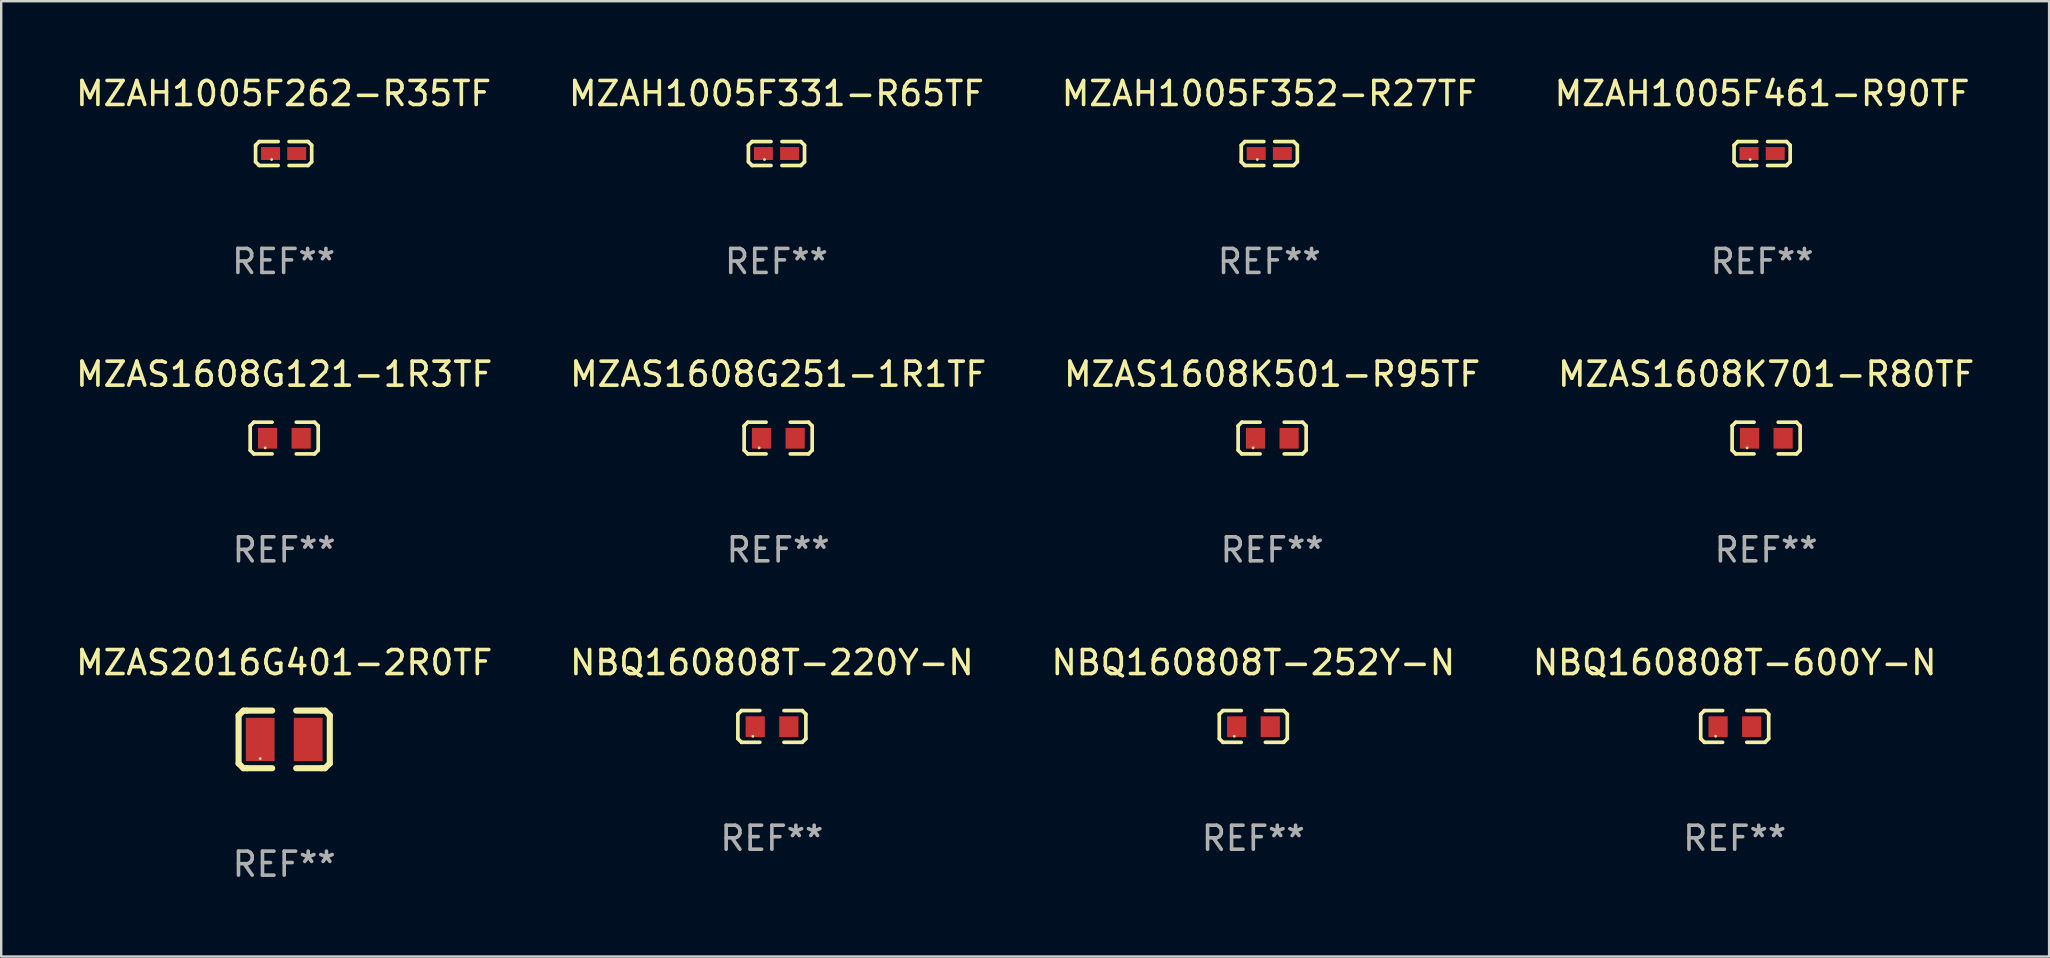
<source format=kicad_pcb>
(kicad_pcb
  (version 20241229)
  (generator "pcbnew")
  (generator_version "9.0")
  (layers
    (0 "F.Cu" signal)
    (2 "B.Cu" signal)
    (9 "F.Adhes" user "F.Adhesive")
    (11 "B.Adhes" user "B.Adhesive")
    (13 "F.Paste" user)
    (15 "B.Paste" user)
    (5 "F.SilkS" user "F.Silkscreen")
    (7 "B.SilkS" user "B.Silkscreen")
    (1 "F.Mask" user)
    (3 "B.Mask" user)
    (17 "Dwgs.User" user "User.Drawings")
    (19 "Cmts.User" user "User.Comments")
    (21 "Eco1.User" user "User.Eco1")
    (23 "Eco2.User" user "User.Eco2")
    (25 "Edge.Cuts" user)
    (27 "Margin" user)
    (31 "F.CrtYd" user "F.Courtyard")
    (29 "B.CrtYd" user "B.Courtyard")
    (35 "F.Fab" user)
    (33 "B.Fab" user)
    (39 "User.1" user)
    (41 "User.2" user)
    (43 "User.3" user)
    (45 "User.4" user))
  (footprint "MZAH1005F461-R90TF"
    (layer "F.Cu")
    (at 70.375 3.347)
    (property "Reference" "MZAH1005F461-R90TF" (at 0 -2.499 0) (layer "F.SilkS") (effects (font (size 1 1) (thickness 0.15))))
    (attr through_hole)
    (fp_line (start -1.169 -0.346) (end -1.016 -0.499) (stroke (width 0.152) (type solid)) (layer "F.SilkS"))
    (fp_line (start -1.169 0.346) (end -1.169 -0.346) (stroke (width 0.152) (type solid)) (layer "F.SilkS"))
    (fp_line (start -1.016 -0.499) (end -0.226 -0.499) (stroke (width 0.152) (type solid)) (layer "F.SilkS"))
    (fp_line (start -1.016 0.499) (end -1.169 0.346) (stroke (width 0.152) (type solid)) (layer "F.SilkS"))
    (fp_line (start -0.226 0.499) (end -1.016 0.499) (stroke (width 0.152) (type solid)) (layer "F.SilkS"))
    (fp_line (start 0.226 0.499) (end 1.016 0.499) (stroke (width 0.152) (type solid)) (layer "F.SilkS"))
    (fp_line (start 1.016 -0.499) (end 0.226 -0.499) (stroke (width 0.152) (type solid)) (layer "F.SilkS"))
    (fp_line (start 1.016 0.499) (end 1.169 0.346) (stroke (width 0.152) (type solid)) (layer "F.SilkS"))
    (fp_line (start 1.169 -0.346) (end 1.016 -0.499) (stroke (width 0.152) (type solid)) (layer "F.SilkS"))
    (fp_line (start 1.169 0.346) (end 1.169 -0.346) (stroke (width 0.152) (type solid)) (layer "F.SilkS"))
    (fp_circle (center -0.5 0.25) (end -0.47 0.25) (stroke (width 0.06) (type solid)) (fill no) (layer "F.SilkS"))
    (fp_text user "REF**" (at 0 4.499 0) (layer "F.Fab") (effects (font (size 1 1) (thickness 0.15))))
    (pad "1" smd rect (at -0.545 0) (size 0.79 0.54) (layers "F.Cu" "F.Mask" "F.Paste"))
    (pad "2" smd rect (at 0.545 0) (size 0.79 0.54) (layers "F.Cu" "F.Mask" "F.Paste")))
  (footprint "NBQ160808T-600Y-N"
    (layer "F.Cu")
    (at 69.232 27.22)
    (property "Reference" "NBQ160808T-600Y-N" (at 0 -2.661 0) (layer "F.SilkS") (effects (font (size 1 1) (thickness 0.15))))
    (attr through_hole)
    (fp_line (start -1.417 -0.508) (end -1.265 -0.661) (stroke (width 0.152) (type solid)) (layer "F.SilkS"))
    (fp_line (start -1.417 0.508) (end -1.417 -0.508) (stroke (width 0.152) (type solid)) (layer "F.SilkS"))
    (fp_line (start -1.265 -0.661) (end -0.503 -0.661) (stroke (width 0.152) (type solid)) (layer "F.SilkS"))
    (fp_line (start -1.265 0.661) (end -1.417 0.508) (stroke (width 0.152) (type solid)) (layer "F.SilkS"))
    (fp_line (start -1.265 0.661) (end -0.503 0.661) (stroke (width 0.152) (type solid)) (layer "F.SilkS"))
    (fp_line (start 1.265 -0.661) (end 0.503 -0.661) (stroke (width 0.152) (type solid)) (layer "F.SilkS"))
    (fp_line (start 1.265 -0.661) (end 1.417 -0.508) (stroke (width 0.152) (type solid)) (layer "F.SilkS"))
    (fp_line (start 1.265 0.661) (end 0.503 0.661) (stroke (width 0.152) (type solid)) (layer "F.SilkS"))
    (fp_line (start 1.417 -0.508) (end 1.417 0.508) (stroke (width 0.152) (type solid)) (layer "F.SilkS"))
    (fp_line (start 1.417 0.508) (end 1.265 0.661) (stroke (width 0.152) (type solid)) (layer "F.SilkS"))
    (fp_circle (center -0.793 0.409) (end -0.763 0.409) (stroke (width 0.06) (type solid)) (fill no) (layer "F.SilkS"))
    (fp_text user "REF**" (at 0 4.661 0) (layer "F.Fab") (effects (font (size 1 1) (thickness 0.15))))
    (pad "1" smd rect (at -0.693 0.009 180) (size 0.8 0.864) (layers "F.Cu" "F.Mask" "F.Paste"))
    (pad "2" smd rect (at 0.707 0.009 180) (size 0.8 0.864) (layers "F.Cu" "F.Mask" "F.Paste")))
  (footprint "NBQ160808T-220Y-N"
    (layer "F.Cu")
    (at 29.113 27.22)
    (property "Reference" "NBQ160808T-220Y-N" (at 0 -2.661 0) (layer "F.SilkS") (effects (font (size 1 1) (thickness 0.15))))
    (attr through_hole)
    (fp_line (start -1.417 -0.508) (end -1.265 -0.661) (stroke (width 0.152) (type solid)) (layer "F.SilkS"))
    (fp_line (start -1.417 0.508) (end -1.417 -0.508) (stroke (width 0.152) (type solid)) (layer "F.SilkS"))
    (fp_line (start -1.265 -0.661) (end -0.503 -0.661) (stroke (width 0.152) (type solid)) (layer "F.SilkS"))
    (fp_line (start -1.265 0.661) (end -1.417 0.508) (stroke (width 0.152) (type solid)) (layer "F.SilkS"))
    (fp_line (start -1.265 0.661) (end -0.503 0.661) (stroke (width 0.152) (type solid)) (layer "F.SilkS"))
    (fp_line (start 1.265 -0.661) (end 0.503 -0.661) (stroke (width 0.152) (type solid)) (layer "F.SilkS"))
    (fp_line (start 1.265 -0.661) (end 1.417 -0.508) (stroke (width 0.152) (type solid)) (layer "F.SilkS"))
    (fp_line (start 1.265 0.661) (end 0.503 0.661) (stroke (width 0.152) (type solid)) (layer "F.SilkS"))
    (fp_line (start 1.417 -0.508) (end 1.417 0.508) (stroke (width 0.152) (type solid)) (layer "F.SilkS"))
    (fp_line (start 1.417 0.508) (end 1.265 0.661) (stroke (width 0.152) (type solid)) (layer "F.SilkS"))
    (fp_circle (center -0.793 0.409) (end -0.763 0.409) (stroke (width 0.06) (type solid)) (fill no) (layer "F.SilkS"))
    (fp_text user "REF**" (at 0 4.661 0) (layer "F.Fab") (effects (font (size 1 1) (thickness 0.15))))
    (pad "1" smd rect (at -0.693 0.009 180) (size 0.8 0.864) (layers "F.Cu" "F.Mask" "F.Paste"))
    (pad "2" smd rect (at 0.707 0.009 180) (size 0.8 0.864) (layers "F.Cu" "F.Mask" "F.Paste")))
  (footprint "MZAH1005F262-R35TF"
    (layer "F.Cu")
    (at 8.768 3.347)
    (property "Reference" "MZAH1005F262-R35TF" (at 0 -2.499 0) (layer "F.SilkS") (effects (font (size 1 1) (thickness 0.15))))
    (attr through_hole)
    (fp_line (start -1.169 -0.346) (end -1.016 -0.499) (stroke (width 0.152) (type solid)) (layer "F.SilkS"))
    (fp_line (start -1.169 0.346) (end -1.169 -0.346) (stroke (width 0.152) (type solid)) (layer "F.SilkS"))
    (fp_line (start -1.016 -0.499) (end -0.226 -0.499) (stroke (width 0.152) (type solid)) (layer "F.SilkS"))
    (fp_line (start -1.016 0.499) (end -1.169 0.346) (stroke (width 0.152) (type solid)) (layer "F.SilkS"))
    (fp_line (start -0.226 0.499) (end -1.016 0.499) (stroke (width 0.152) (type solid)) (layer "F.SilkS"))
    (fp_line (start 0.226 0.499) (end 1.016 0.499) (stroke (width 0.152) (type solid)) (layer "F.SilkS"))
    (fp_line (start 1.016 -0.499) (end 0.226 -0.499) (stroke (width 0.152) (type solid)) (layer "F.SilkS"))
    (fp_line (start 1.016 0.499) (end 1.169 0.346) (stroke (width 0.152) (type solid)) (layer "F.SilkS"))
    (fp_line (start 1.169 -0.346) (end 1.016 -0.499) (stroke (width 0.152) (type solid)) (layer "F.SilkS"))
    (fp_line (start 1.169 0.346) (end 1.169 -0.346) (stroke (width 0.152) (type solid)) (layer "F.SilkS"))
    (fp_circle (center -0.5 0.25) (end -0.47 0.25) (stroke (width 0.06) (type solid)) (fill no) (layer "F.SilkS"))
    (fp_text user "REF**" (at 0 4.499 0) (layer "F.Fab") (effects (font (size 1 1) (thickness 0.15))))
    (pad "1" smd rect (at -0.545 0) (size 0.79 0.54) (layers "F.Cu" "F.Mask" "F.Paste"))
    (pad "2" smd rect (at 0.545 0) (size 0.79 0.54) (layers "F.Cu" "F.Mask" "F.Paste")))
  (footprint "MZAH1005F331-R65TF"
    (layer "F.Cu")
    (at 29.304 3.347)
    (property "Reference" "MZAH1005F331-R65TF" (at 0 -2.499 0) (layer "F.SilkS") (effects (font (size 1 1) (thickness 0.15))))
    (attr through_hole)
    (fp_line (start -1.169 -0.346) (end -1.016 -0.499) (stroke (width 0.152) (type solid)) (layer "F.SilkS"))
    (fp_line (start -1.169 0.346) (end -1.169 -0.346) (stroke (width 0.152) (type solid)) (layer "F.SilkS"))
    (fp_line (start -1.016 -0.499) (end -0.226 -0.499) (stroke (width 0.152) (type solid)) (layer "F.SilkS"))
    (fp_line (start -1.016 0.499) (end -1.169 0.346) (stroke (width 0.152) (type solid)) (layer "F.SilkS"))
    (fp_line (start -0.226 0.499) (end -1.016 0.499) (stroke (width 0.152) (type solid)) (layer "F.SilkS"))
    (fp_line (start 0.226 0.499) (end 1.016 0.499) (stroke (width 0.152) (type solid)) (layer "F.SilkS"))
    (fp_line (start 1.016 -0.499) (end 0.226 -0.499) (stroke (width 0.152) (type solid)) (layer "F.SilkS"))
    (fp_line (start 1.016 0.499) (end 1.169 0.346) (stroke (width 0.152) (type solid)) (layer "F.SilkS"))
    (fp_line (start 1.169 -0.346) (end 1.016 -0.499) (stroke (width 0.152) (type solid)) (layer "F.SilkS"))
    (fp_line (start 1.169 0.346) (end 1.169 -0.346) (stroke (width 0.152) (type solid)) (layer "F.SilkS"))
    (fp_circle (center -0.5 0.25) (end -0.47 0.25) (stroke (width 0.06) (type solid)) (fill no) (layer "F.SilkS"))
    (fp_text user "REF**" (at 0 4.499 0) (layer "F.Fab") (effects (font (size 1 1) (thickness 0.15))))
    (pad "1" smd rect (at -0.545 0) (size 0.79 0.54) (layers "F.Cu" "F.Mask" "F.Paste"))
    (pad "2" smd rect (at 0.545 0) (size 0.79 0.54) (layers "F.Cu" "F.Mask" "F.Paste")))
  (footprint "MZAH1005F352-R27TF"
    (layer "F.Cu")
    (at 49.839 3.347)
    (property "Reference" "MZAH1005F352-R27TF" (at 0 -2.499 0) (layer "F.SilkS") (effects (font (size 1 1) (thickness 0.15))))
    (attr through_hole)
    (fp_line (start -1.169 -0.346) (end -1.016 -0.499) (stroke (width 0.152) (type solid)) (layer "F.SilkS"))
    (fp_line (start -1.169 0.346) (end -1.169 -0.346) (stroke (width 0.152) (type solid)) (layer "F.SilkS"))
    (fp_line (start -1.016 -0.499) (end -0.226 -0.499) (stroke (width 0.152) (type solid)) (layer "F.SilkS"))
    (fp_line (start -1.016 0.499) (end -1.169 0.346) (stroke (width 0.152) (type solid)) (layer "F.SilkS"))
    (fp_line (start -0.226 0.499) (end -1.016 0.499) (stroke (width 0.152) (type solid)) (layer "F.SilkS"))
    (fp_line (start 0.226 0.499) (end 1.016 0.499) (stroke (width 0.152) (type solid)) (layer "F.SilkS"))
    (fp_line (start 1.016 -0.499) (end 0.226 -0.499) (stroke (width 0.152) (type solid)) (layer "F.SilkS"))
    (fp_line (start 1.016 0.499) (end 1.169 0.346) (stroke (width 0.152) (type solid)) (layer "F.SilkS"))
    (fp_line (start 1.169 -0.346) (end 1.016 -0.499) (stroke (width 0.152) (type solid)) (layer "F.SilkS"))
    (fp_line (start 1.169 0.346) (end 1.169 -0.346) (stroke (width 0.152) (type solid)) (layer "F.SilkS"))
    (fp_circle (center -0.5 0.25) (end -0.47 0.25) (stroke (width 0.06) (type solid)) (fill no) (layer "F.SilkS"))
    (fp_text user "REF**" (at 0 4.499 0) (layer "F.Fab") (effects (font (size 1 1) (thickness 0.15))))
    (pad "1" smd rect (at -0.545 0) (size 0.79 0.54) (layers "F.Cu" "F.Mask" "F.Paste"))
    (pad "2" smd rect (at 0.545 0) (size 0.79 0.54) (layers "F.Cu" "F.Mask" "F.Paste")))
  (footprint "MZAS1608K501-R95TF"
    (layer "F.Cu")
    (at 49.958 15.203)
    (property "Reference" "MZAS1608K501-R95TF" (at 0 -2.661 0) (layer "F.SilkS") (effects (font (size 1 1) (thickness 0.15))))
    (attr through_hole)
    (fp_line (start -1.417 -0.508) (end -1.265 -0.661) (stroke (width 0.152) (type solid)) (layer "F.SilkS"))
    (fp_line (start -1.417 0.508) (end -1.417 -0.508) (stroke (width 0.152) (type solid)) (layer "F.SilkS"))
    (fp_line (start -1.265 -0.661) (end -0.503 -0.661) (stroke (width 0.152) (type solid)) (layer "F.SilkS"))
    (fp_line (start -1.265 0.661) (end -1.417 0.508) (stroke (width 0.152) (type solid)) (layer "F.SilkS"))
    (fp_line (start -1.265 0.661) (end -0.503 0.661) (stroke (width 0.152) (type solid)) (layer "F.SilkS"))
    (fp_line (start 1.265 -0.661) (end 0.503 -0.661) (stroke (width 0.152) (type solid)) (layer "F.SilkS"))
    (fp_line (start 1.265 -0.661) (end 1.417 -0.508) (stroke (width 0.152) (type solid)) (layer "F.SilkS"))
    (fp_line (start 1.265 0.661) (end 0.503 0.661) (stroke (width 0.152) (type solid)) (layer "F.SilkS"))
    (fp_line (start 1.417 -0.508) (end 1.417 0.508) (stroke (width 0.152) (type solid)) (layer "F.SilkS"))
    (fp_line (start 1.417 0.508) (end 1.265 0.661) (stroke (width 0.152) (type solid)) (layer "F.SilkS"))
    (fp_circle (center -0.793 0.409) (end -0.763 0.409) (stroke (width 0.06) (type solid)) (fill no) (layer "F.SilkS"))
    (fp_text user "REF**" (at 0 4.661 0) (layer "F.Fab") (effects (font (size 1 1) (thickness 0.15))))
    (pad "1" smd rect (at -0.693 0.009 180) (size 0.8 0.864) (layers "F.Cu" "F.Mask" "F.Paste"))
    (pad "2" smd rect (at 0.707 0.009 180) (size 0.8 0.864) (layers "F.Cu" "F.Mask" "F.Paste")))
  (footprint "MZAS1608G121-1R3TF"
    (layer "F.Cu")
    (at 8.792 15.203)
    (property "Reference" "MZAS1608G121-1R3TF" (at 0 -2.661 0) (layer "F.SilkS") (effects (font (size 1 1) (thickness 0.15))))
    (attr through_hole)
    (fp_line (start -1.417 -0.508) (end -1.265 -0.661) (stroke (width 0.152) (type solid)) (layer "F.SilkS"))
    (fp_line (start -1.417 0.508) (end -1.417 -0.508) (stroke (width 0.152) (type solid)) (layer "F.SilkS"))
    (fp_line (start -1.265 -0.661) (end -0.503 -0.661) (stroke (width 0.152) (type solid)) (layer "F.SilkS"))
    (fp_line (start -1.265 0.661) (end -1.417 0.508) (stroke (width 0.152) (type solid)) (layer "F.SilkS"))
    (fp_line (start -1.265 0.661) (end -0.503 0.661) (stroke (width 0.152) (type solid)) (layer "F.SilkS"))
    (fp_line (start 1.265 -0.661) (end 0.503 -0.661) (stroke (width 0.152) (type solid)) (layer "F.SilkS"))
    (fp_line (start 1.265 -0.661) (end 1.417 -0.508) (stroke (width 0.152) (type solid)) (layer "F.SilkS"))
    (fp_line (start 1.265 0.661) (end 0.503 0.661) (stroke (width 0.152) (type solid)) (layer "F.SilkS"))
    (fp_line (start 1.417 -0.508) (end 1.417 0.508) (stroke (width 0.152) (type solid)) (layer "F.SilkS"))
    (fp_line (start 1.417 0.508) (end 1.265 0.661) (stroke (width 0.152) (type solid)) (layer "F.SilkS"))
    (fp_circle (center -0.793 0.409) (end -0.763 0.409) (stroke (width 0.06) (type solid)) (fill no) (layer "F.SilkS"))
    (fp_text user "REF**" (at 0 4.661 0) (layer "F.Fab") (effects (font (size 1 1) (thickness 0.15))))
    (pad "1" smd rect (at -0.693 0.009 180) (size 0.8 0.864) (layers "F.Cu" "F.Mask" "F.Paste"))
    (pad "2" smd rect (at 0.707 0.009 180) (size 0.8 0.864) (layers "F.Cu" "F.Mask" "F.Paste")))
  (footprint "MZAS1608K701-R80TF"
    (layer "F.Cu")
    (at 70.542 15.203)
    (property "Reference" "MZAS1608K701-R80TF" (at 0 -2.661 0) (layer "F.SilkS") (effects (font (size 1 1) (thickness 0.15))))
    (attr through_hole)
    (fp_line (start -1.417 -0.508) (end -1.265 -0.661) (stroke (width 0.152) (type solid)) (layer "F.SilkS"))
    (fp_line (start -1.417 0.508) (end -1.417 -0.508) (stroke (width 0.152) (type solid)) (layer "F.SilkS"))
    (fp_line (start -1.265 -0.661) (end -0.503 -0.661) (stroke (width 0.152) (type solid)) (layer "F.SilkS"))
    (fp_line (start -1.265 0.661) (end -1.417 0.508) (stroke (width 0.152) (type solid)) (layer "F.SilkS"))
    (fp_line (start -1.265 0.661) (end -0.503 0.661) (stroke (width 0.152) (type solid)) (layer "F.SilkS"))
    (fp_line (start 1.265 -0.661) (end 0.503 -0.661) (stroke (width 0.152) (type solid)) (layer "F.SilkS"))
    (fp_line (start 1.265 -0.661) (end 1.417 -0.508) (stroke (width 0.152) (type solid)) (layer "F.SilkS"))
    (fp_line (start 1.265 0.661) (end 0.503 0.661) (stroke (width 0.152) (type solid)) (layer "F.SilkS"))
    (fp_line (start 1.417 -0.508) (end 1.417 0.508) (stroke (width 0.152) (type solid)) (layer "F.SilkS"))
    (fp_line (start 1.417 0.508) (end 1.265 0.661) (stroke (width 0.152) (type solid)) (layer "F.SilkS"))
    (fp_circle (center -0.793 0.409) (end -0.763 0.409) (stroke (width 0.06) (type solid)) (fill no) (layer "F.SilkS"))
    (fp_text user "REF**" (at 0 4.661 0) (layer "F.Fab") (effects (font (size 1 1) (thickness 0.15))))
    (pad "1" smd rect (at -0.693 0.009 180) (size 0.8 0.864) (layers "F.Cu" "F.Mask" "F.Paste"))
    (pad "2" smd rect (at 0.707 0.009 180) (size 0.8 0.864) (layers "F.Cu" "F.Mask" "F.Paste")))
  (footprint "MZAS1608G251-1R1TF"
    (layer "F.Cu")
    (at 29.375 15.203)
    (property "Reference" "MZAS1608G251-1R1TF" (at 0 -2.661 0) (layer "F.SilkS") (effects (font (size 1 1) (thickness 0.15))))
    (attr through_hole)
    (fp_line (start -1.417 -0.508) (end -1.265 -0.661) (stroke (width 0.152) (type solid)) (layer "F.SilkS"))
    (fp_line (start -1.417 0.508) (end -1.417 -0.508) (stroke (width 0.152) (type solid)) (layer "F.SilkS"))
    (fp_line (start -1.265 -0.661) (end -0.503 -0.661) (stroke (width 0.152) (type solid)) (layer "F.SilkS"))
    (fp_line (start -1.265 0.661) (end -1.417 0.508) (stroke (width 0.152) (type solid)) (layer "F.SilkS"))
    (fp_line (start -1.265 0.661) (end -0.503 0.661) (stroke (width 0.152) (type solid)) (layer "F.SilkS"))
    (fp_line (start 1.265 -0.661) (end 0.503 -0.661) (stroke (width 0.152) (type solid)) (layer "F.SilkS"))
    (fp_line (start 1.265 -0.661) (end 1.417 -0.508) (stroke (width 0.152) (type solid)) (layer "F.SilkS"))
    (fp_line (start 1.265 0.661) (end 0.503 0.661) (stroke (width 0.152) (type solid)) (layer "F.SilkS"))
    (fp_line (start 1.417 -0.508) (end 1.417 0.508) (stroke (width 0.152) (type solid)) (layer "F.SilkS"))
    (fp_line (start 1.417 0.508) (end 1.265 0.661) (stroke (width 0.152) (type solid)) (layer "F.SilkS"))
    (fp_circle (center -0.793 0.409) (end -0.763 0.409) (stroke (width 0.06) (type solid)) (fill no) (layer "F.SilkS"))
    (fp_text user "REF**" (at 0 4.661 0) (layer "F.Fab") (effects (font (size 1 1) (thickness 0.15))))
    (pad "1" smd rect (at -0.693 0.009 180) (size 0.8 0.864) (layers "F.Cu" "F.Mask" "F.Paste"))
    (pad "2" smd rect (at 0.707 0.009 180) (size 0.8 0.864) (layers "F.Cu" "F.Mask" "F.Paste")))
  (footprint "NBQ160808T-252Y-N"
    (layer "F.Cu")
    (at 49.173 27.22)
    (property "Reference" "NBQ160808T-252Y-N" (at 0 -2.661 0) (layer "F.SilkS") (effects (font (size 1 1) (thickness 0.15))))
    (attr through_hole)
    (fp_line (start -1.417 -0.508) (end -1.265 -0.661) (stroke (width 0.152) (type solid)) (layer "F.SilkS"))
    (fp_line (start -1.417 0.508) (end -1.417 -0.508) (stroke (width 0.152) (type solid)) (layer "F.SilkS"))
    (fp_line (start -1.265 -0.661) (end -0.503 -0.661) (stroke (width 0.152) (type solid)) (layer "F.SilkS"))
    (fp_line (start -1.265 0.661) (end -1.417 0.508) (stroke (width 0.152) (type solid)) (layer "F.SilkS"))
    (fp_line (start -1.265 0.661) (end -0.503 0.661) (stroke (width 0.152) (type solid)) (layer "F.SilkS"))
    (fp_line (start 1.265 -0.661) (end 0.503 -0.661) (stroke (width 0.152) (type solid)) (layer "F.SilkS"))
    (fp_line (start 1.265 -0.661) (end 1.417 -0.508) (stroke (width 0.152) (type solid)) (layer "F.SilkS"))
    (fp_line (start 1.265 0.661) (end 0.503 0.661) (stroke (width 0.152) (type solid)) (layer "F.SilkS"))
    (fp_line (start 1.417 -0.508) (end 1.417 0.508) (stroke (width 0.152) (type solid)) (layer "F.SilkS"))
    (fp_line (start 1.417 0.508) (end 1.265 0.661) (stroke (width 0.152) (type solid)) (layer "F.SilkS"))
    (fp_circle (center -0.793 0.409) (end -0.763 0.409) (stroke (width 0.06) (type solid)) (fill no) (layer "F.SilkS"))
    (fp_text user "REF**" (at 0 4.661 0) (layer "F.Fab") (effects (font (size 1 1) (thickness 0.15))))
    (pad "1" smd rect (at -0.693 0.009 180) (size 0.8 0.864) (layers "F.Cu" "F.Mask" "F.Paste"))
    (pad "2" smd rect (at 0.707 0.009 180) (size 0.8 0.864) (layers "F.Cu" "F.Mask" "F.Paste")))
  (footprint "MZAS2016G401-2R0TF"
    (layer "F.Cu")
    (at 8.792 27.76)
    (property "Reference" "MZAS2016G401-2R0TF" (at 0 -3.2 0) (layer "F.SilkS") (effects (font (size 1 1) (thickness 0.15))))
    (attr through_hole)
    (fp_line (start -1.9 -1) (end -1.9 1) (stroke (width 0.254) (type solid)) (layer "F.SilkS"))
    (fp_line (start -1.7 -1.2) (end -1.9 -1) (stroke (width 0.254) (type solid)) (layer "F.SilkS"))
    (fp_line (start -1.7 1.2) (end -1.9 1) (stroke (width 0.254) (type solid)) (layer "F.SilkS"))
    (fp_line (start -1.55 -1.2) (end -1.7 -1.2) (stroke (width 0.254) (type solid)) (layer "F.SilkS"))
    (fp_line (start -1.55 1.2) (end -1.7 1.2) (stroke (width 0.254) (type solid)) (layer "F.SilkS"))
    (fp_line (start -0.5 -1.2) (end -1.55 -1.2) (stroke (width 0.254) (type solid)) (layer "F.SilkS"))
    (fp_line (start -0.5 1.2) (end -1.55 1.2) (stroke (width 0.254) (type solid)) (layer "F.SilkS"))
    (fp_line (start 0.5 -1.2) (end 1.55 -1.2) (stroke (width 0.254) (type solid)) (layer "F.SilkS"))
    (fp_line (start 0.5 1.2) (end 1.55 1.2) (stroke (width 0.254) (type solid)) (layer "F.SilkS"))
    (fp_line (start 1.55 -1.2) (end 1.7 -1.2) (stroke (width 0.254) (type solid)) (layer "F.SilkS"))
    (fp_line (start 1.55 1.2) (end 1.7 1.2) (stroke (width 0.254) (type solid)) (layer "F.SilkS"))
    (fp_line (start 1.7 -1.2) (end 1.9 -1) (stroke (width 0.254) (type solid)) (layer "F.SilkS"))
    (fp_line (start 1.7 1.2) (end 1.9 1) (stroke (width 0.254) (type solid)) (layer "F.SilkS"))
    (fp_line (start 1.9 -1) (end 1.9 1) (stroke (width 0.254) (type solid)) (layer "F.SilkS"))
    (fp_circle (center -1 0.8) (end -0.97 0.8) (stroke (width 0.06) (type solid)) (fill no) (layer "F.SilkS"))
    (fp_text user "REF**" (at 0 5.2 0) (layer "F.Fab") (effects (font (size 1 1) (thickness 0.15))))
    (pad "1" smd rect (at -1 0) (size 1.2 1.8) (layers "F.Cu" "F.Mask" "F.Paste"))
    (pad "2" smd rect (at 1 0) (size 1.2 1.8) (layers "F.Cu" "F.Mask" "F.Paste")))
  (gr_rect
    (start -3 -3)
    (end 82.333 36.808)
    (stroke (width 0.1) (type default))
    (fill no)
    (layer "Edge.Cuts")))
</source>
